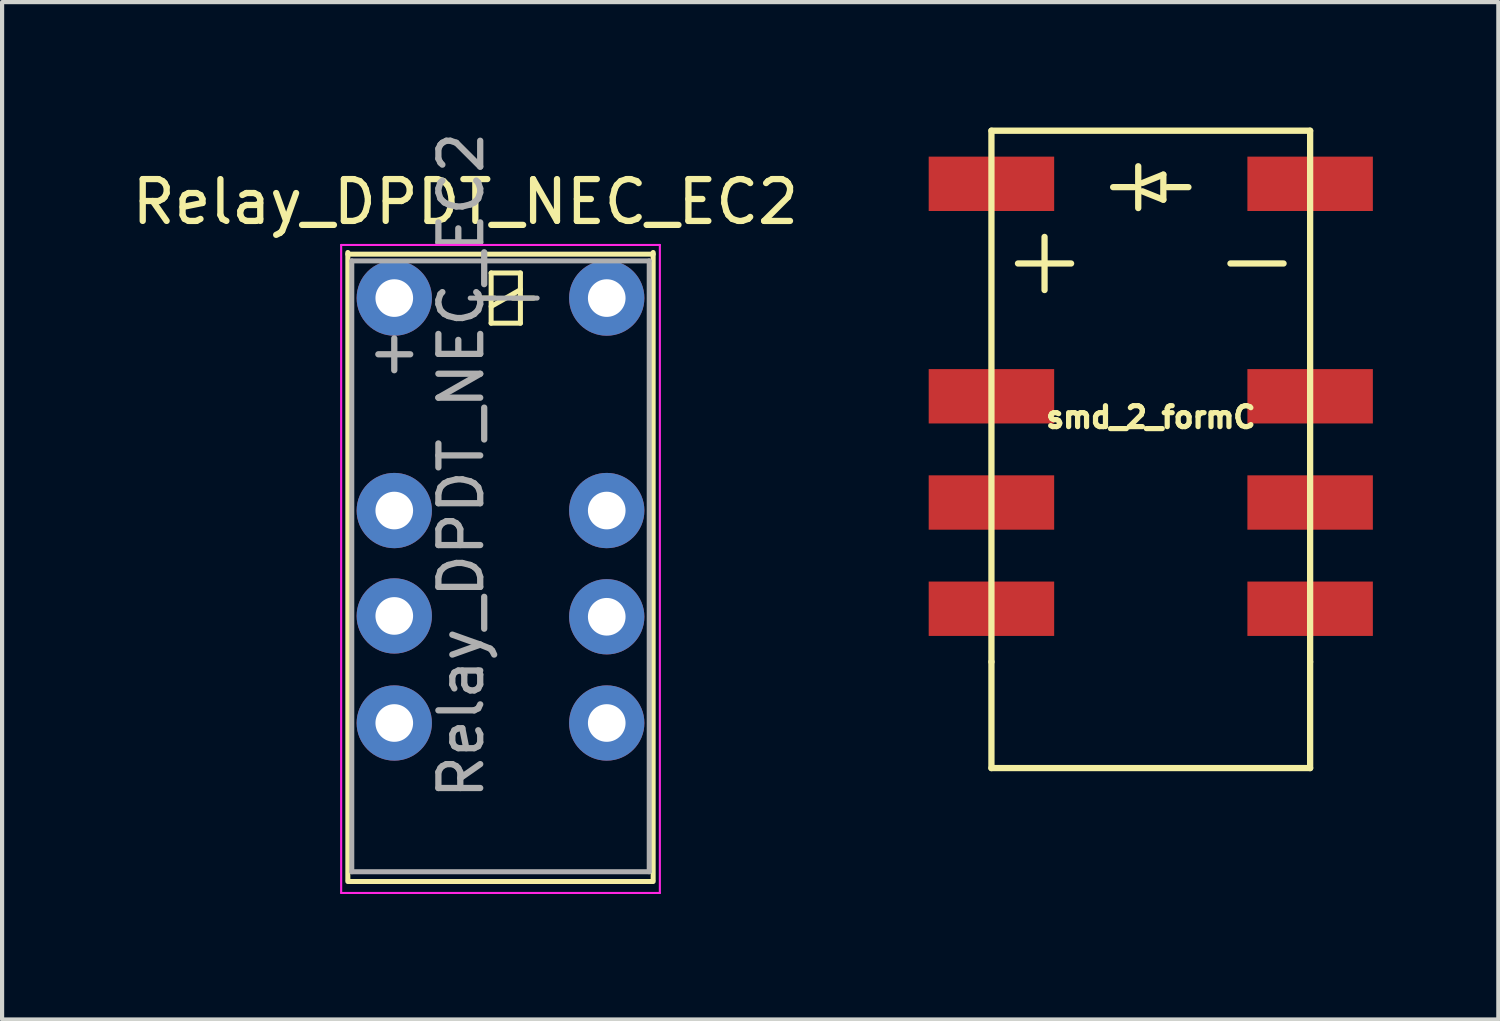
<source format=kicad_pcb>
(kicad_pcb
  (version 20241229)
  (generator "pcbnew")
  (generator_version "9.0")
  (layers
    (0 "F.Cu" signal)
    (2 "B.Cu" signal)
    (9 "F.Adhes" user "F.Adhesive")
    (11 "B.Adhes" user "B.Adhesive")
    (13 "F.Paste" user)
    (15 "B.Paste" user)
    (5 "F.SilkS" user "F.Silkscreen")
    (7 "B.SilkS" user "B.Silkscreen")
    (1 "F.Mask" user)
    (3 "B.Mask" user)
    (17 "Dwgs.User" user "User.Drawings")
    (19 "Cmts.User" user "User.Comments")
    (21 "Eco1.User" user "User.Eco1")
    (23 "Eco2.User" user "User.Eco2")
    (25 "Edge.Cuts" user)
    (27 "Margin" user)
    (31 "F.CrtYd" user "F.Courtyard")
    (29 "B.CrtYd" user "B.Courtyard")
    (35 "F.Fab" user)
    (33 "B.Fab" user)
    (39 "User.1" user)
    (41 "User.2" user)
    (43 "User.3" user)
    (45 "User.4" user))
  (footprint "Relay_DPDT_NEC_EC2"
    (layer "F.Cu")
    (at 8.917 4.077)
    (property "Reference" "Relay_DPDT_NEC_EC2" (at -0.84 -2.3 0) (layer "F.SilkS") (effects (font (size 1 1) (thickness 0.15))))
    (attr through_hole)
    (fp_line (start -3.65 13.91) (end -3.65 -1.09) (stroke (width 0.12) (type solid)) (layer "F.SilkS"))
    (fp_line (start -3.65 13.95) (end 3.65 13.95) (stroke (width 0.12) (type solid)) (layer "F.SilkS"))
    (fp_line (start -0.54 0) (end -0.14 0) (stroke (width 0.12) (type solid)) (layer "F.SilkS"))
    (fp_line (start -0.224 -0.6) (end -0.224 0.6) (stroke (width 0.12) (type solid)) (layer "F.SilkS"))
    (fp_line (start -0.224 0.2) (end 0.476 -0.2) (stroke (width 0.12) (type solid)) (layer "F.SilkS"))
    (fp_line (start -0.224 0.6) (end 0.476 0.6) (stroke (width 0.12) (type solid)) (layer "F.SilkS"))
    (fp_line (start 0.476 -0.6) (end -0.224 -0.6) (stroke (width 0.12) (type solid)) (layer "F.SilkS"))
    (fp_line (start 0.476 0.6) (end 0.476 -0.6) (stroke (width 0.12) (type solid)) (layer "F.SilkS"))
    (fp_line (start 0.792 0) (end 0.292 0) (stroke (width 0.12) (type solid)) (layer "F.SilkS"))
    (fp_line (start 3.65 -1.05) (end -3.65 -1.05) (stroke (width 0.12) (type solid)) (layer "F.SilkS"))
    (fp_line (start 3.65 13.91) (end 3.65 -1.09) (stroke (width 0.12) (type solid)) (layer "F.SilkS"))
    (fp_line (start -3.81 -1.27) (end -3.81 14.224) (stroke (width 0.05) (type solid)) (layer "F.CrtYd"))
    (fp_line (start -3.81 14.224) (end 3.81 14.224) (stroke (width 0.05) (type solid)) (layer "F.CrtYd"))
    (fp_line (start 3.81 -1.27) (end -3.81 -1.27) (stroke (width 0.05) (type solid)) (layer "F.CrtYd"))
    (fp_line (start 3.81 14.224) (end 3.81 -1.27) (stroke (width 0.05) (type solid)) (layer "F.CrtYd"))
    (fp_line (start -3.556 -0.889) (end 3.556 -0.889) (stroke (width 0.12) (type solid)) (layer "F.Fab"))
    (fp_line (start -3.556 13.716) (end -3.556 -0.889) (stroke (width 0.12) (type solid)) (layer "F.Fab"))
    (fp_line (start -0.724 0) (end 0.876 0) (stroke (width 0.12) (type solid)) (layer "F.Fab"))
    (fp_line (start 3.556 -0.889) (end 3.556 13.716) (stroke (width 0.12) (type solid)) (layer "F.Fab"))
    (fp_line (start 3.556 13.716) (end -3.556 13.716) (stroke (width 0.12) (type solid)) (layer "F.Fab"))
    (fp_text user "+" (at -2.54 1.27 0) (layer "F.Fab") (effects (font (size 1 1) (thickness 0.15))))
    (fp_text user "${REFERENCE}" (at -0.94 4 90) (layer "F.Fab") (effects (font (size 1 1) (thickness 0.15))))
    (pad "1" thru_hole circle (at -2.54 0) (size 1.8 1.8) (drill 0.9) (layers "*.Cu" "*.Mask"))
    (pad "3" thru_hole circle (at -2.54 5.08) (size 1.8 1.8) (drill 0.9) (layers "*.Cu" "*.Mask"))
    (pad "4" thru_hole circle (at -2.54 7.6) (size 1.8 1.8) (drill 0.9) (layers "*.Cu" "*.Mask"))
    (pad "5" thru_hole circle (at -2.54 10.16) (size 1.8 1.8) (drill 0.9) (layers "*.Cu" "*.Mask"))
    (pad "8" thru_hole circle (at 2.54 10.16) (size 1.8 1.8) (drill 0.9) (layers "*.Cu" "*.Mask"))
    (pad "9" thru_hole circle (at 2.54 7.62) (size 1.8 1.8) (drill 0.9) (layers "*.Cu" "*.Mask"))
    (pad "10" thru_hole circle (at 2.54 5.08) (size 1.8 1.8) (drill 0.9) (layers "*.Cu" "*.Mask"))
    (pad "12" thru_hole circle (at 2.54 0) (size 1.8 1.8) (drill 0.9) (layers "*.Cu" "*.Mask")))
  (footprint "smd_2_formC"
    (layer "F.Cu")
    (at 24.465 6.425)
    (property "Reference" "smd_2_formC" (at 0 0.5 0) (layer "F.SilkS") (effects (font (size 0.5 0.5) (thickness 0.125))))
    (attr through_hole)
    (fp_line (start -3.81 -6.35) (end -3.81 6.35) (stroke (width 0.15) (type solid)) (layer "F.SilkS"))
    (fp_line (start -3.81 -6.35) (end 3.81 -6.35) (stroke (width 0.15) (type solid)) (layer "F.SilkS"))
    (fp_line (start -3.81 8.89) (end -3.81 6.35) (stroke (width 0.15) (type solid)) (layer "F.SilkS"))
    (fp_line (start -2.54 -3.81) (end -2.54 -2.54) (stroke (width 0.15) (type solid)) (layer "F.SilkS"))
    (fp_line (start -1.905 -3.175) (end -3.175 -3.175) (stroke (width 0.15) (type solid)) (layer "F.SilkS"))
    (fp_line (start -0.4 -5) (end -0.9 -5) (stroke (width 0.15) (type solid)) (layer "F.SilkS"))
    (fp_line (start -0.3 -5.5) (end -0.3 -4.5) (stroke (width 0.15) (type solid)) (layer "F.SilkS"))
    (fp_line (start -0.2 -5.1) (end 0.3 -5.3) (stroke (width 0.15) (type solid)) (layer "F.SilkS"))
    (fp_line (start 0.3 -5.3) (end 0.3 -4.7) (stroke (width 0.15) (type solid)) (layer "F.SilkS"))
    (fp_line (start 0.3 -4.7) (end -0.2 -4.9) (stroke (width 0.15) (type solid)) (layer "F.SilkS"))
    (fp_line (start 0.4 -5) (end 0.9 -5) (stroke (width 0.15) (type solid)) (layer "F.SilkS"))
    (fp_line (start 1.905 -3.175) (end 3.175 -3.175) (stroke (width 0.15) (type solid)) (layer "F.SilkS"))
    (fp_line (start 3.81 -6.35) (end 3.81 6.35) (stroke (width 0.15) (type solid)) (layer "F.SilkS"))
    (fp_line (start 3.81 6.35) (end 3.81 8.89) (stroke (width 0.15) (type solid)) (layer "F.SilkS"))
    (fp_line (start 3.81 8.89) (end -3.81 8.89) (stroke (width 0.15) (type solid)) (layer "F.SilkS"))
    (pad "1" smd rect (at -3.81 -5.08) (size 3 1.3) (layers "F.Cu" "F.Mask" "F.Paste"))
    (pad "3" smd rect (at -3.81 0) (size 3 1.3) (layers "F.Cu" "F.Mask" "F.Paste"))
    (pad "4" smd rect (at -3.81 2.54) (size 3 1.3) (layers "F.Cu" "F.Mask" "F.Paste"))
    (pad "5" smd rect (at -3.81 5.08) (size 3 1.3) (layers "F.Cu" "F.Mask" "F.Paste"))
    (pad "8" smd rect (at 3.81 5.08) (size 3 1.3) (layers "F.Cu" "F.Mask" "F.Paste"))
    (pad "9" smd rect (at 3.81 2.54) (size 3 1.3) (layers "F.Cu" "F.Mask" "F.Paste"))
    (pad "10" smd rect (at 3.81 0) (size 3 1.3) (layers "F.Cu" "F.Mask" "F.Paste"))
    (pad "12" smd rect (at 3.81 -5.08) (size 3 1.3) (layers "F.Cu" "F.Mask" "F.Paste")))
  (gr_rect
    (start -3 -3)
    (end 32.775 21.326)
    (stroke (width 0.1) (type default))
    (fill no)
    (layer "Edge.Cuts")))
</source>
